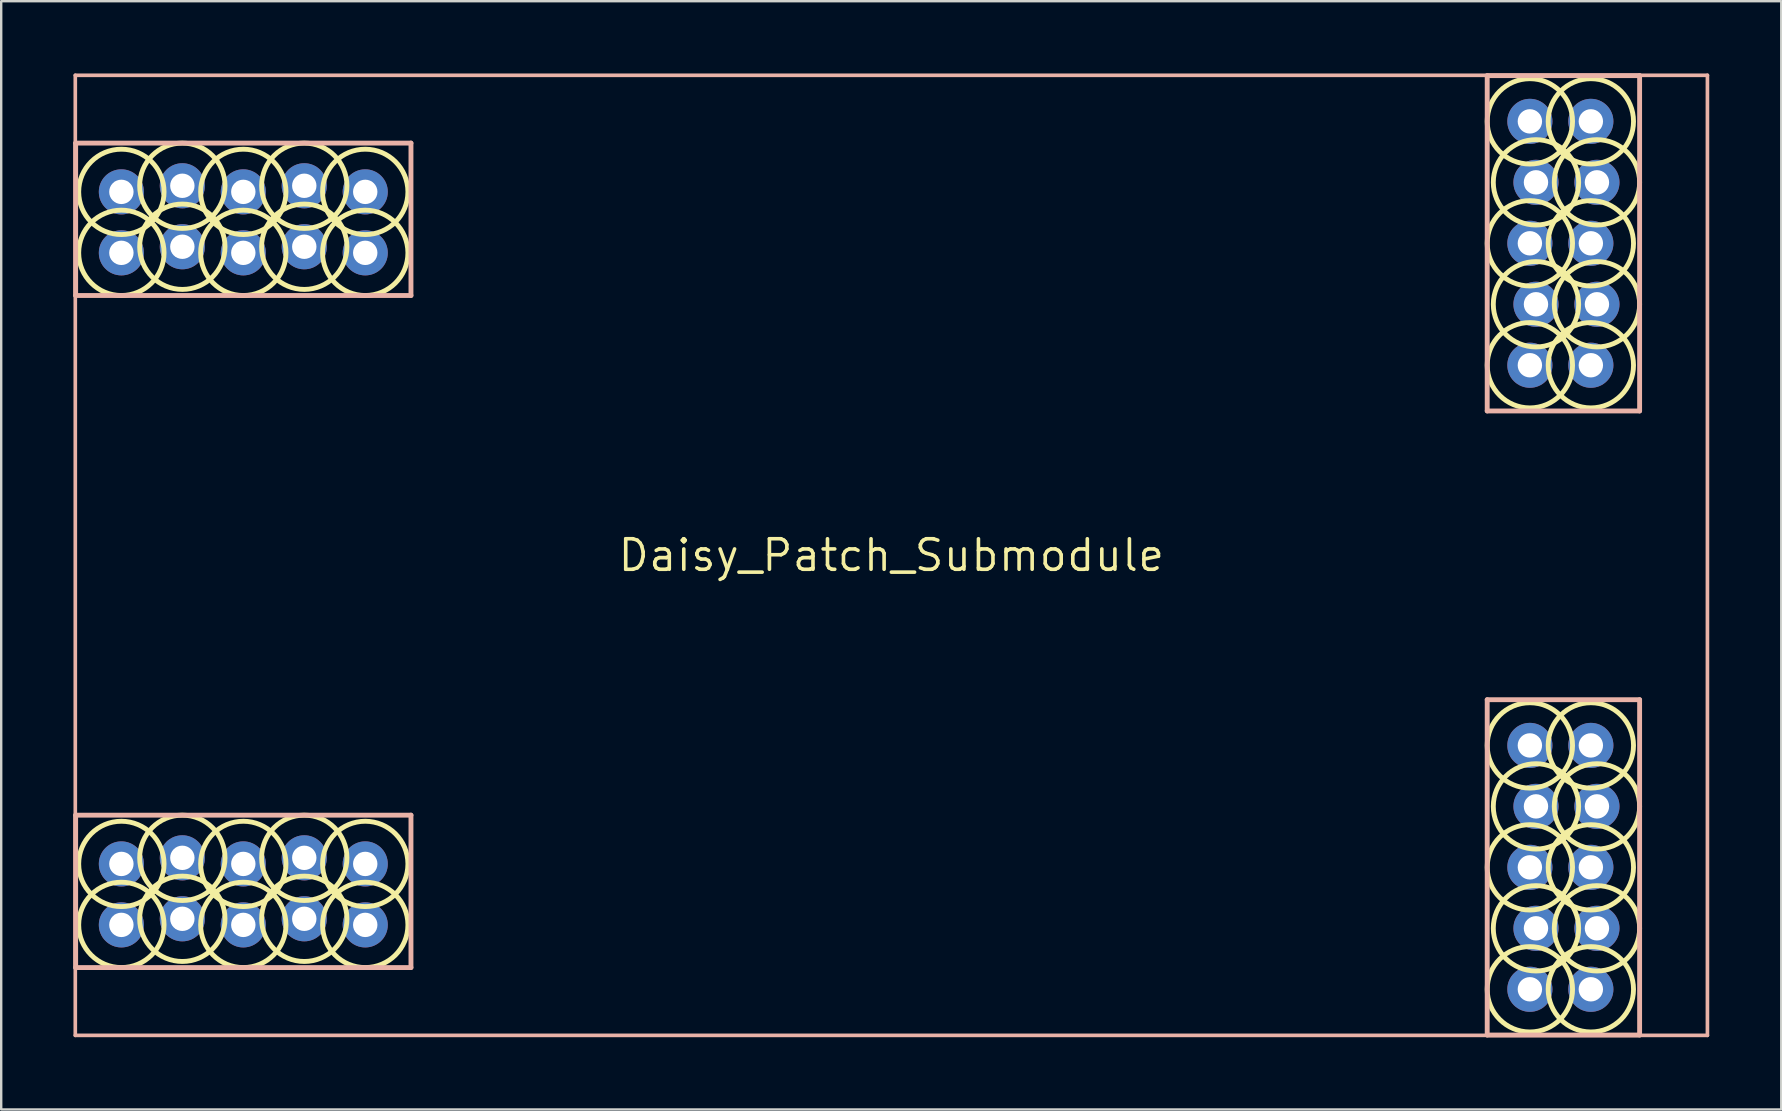
<source format=kicad_pcb>
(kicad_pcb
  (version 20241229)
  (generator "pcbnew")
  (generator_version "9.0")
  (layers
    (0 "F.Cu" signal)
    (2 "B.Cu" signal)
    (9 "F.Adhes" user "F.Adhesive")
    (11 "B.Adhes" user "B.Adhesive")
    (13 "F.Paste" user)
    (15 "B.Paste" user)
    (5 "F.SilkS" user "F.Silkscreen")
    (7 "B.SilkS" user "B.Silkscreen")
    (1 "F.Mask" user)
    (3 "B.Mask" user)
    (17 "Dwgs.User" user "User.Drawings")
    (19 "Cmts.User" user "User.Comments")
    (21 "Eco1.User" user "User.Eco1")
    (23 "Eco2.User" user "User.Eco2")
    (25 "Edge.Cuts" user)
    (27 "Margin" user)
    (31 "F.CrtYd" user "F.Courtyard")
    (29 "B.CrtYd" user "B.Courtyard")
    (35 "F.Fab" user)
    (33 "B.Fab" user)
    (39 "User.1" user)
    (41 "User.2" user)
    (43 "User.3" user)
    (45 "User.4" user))
  (footprint "Daisy_Patch_Submodule"
    (layer "F.Cu")
    (at 34.087 20.087)
    (property "Reference" "Daisy_Patch_Submodule" (at 0 0 0) (layer "F.SilkS") (effects (font (size 1.27 1.27) (thickness 0.15))))
    (attr through_hole)
    (fp_circle (center -32.08 -15.143) (end -30.302 -15.143) (stroke (width 0.203) (type solid)) (fill no) (layer "F.SilkS"))
    (fp_circle (center -32.08 -12.603) (end -30.302 -12.603) (stroke (width 0.203) (type solid)) (fill no) (layer "F.SilkS"))
    (fp_circle (center -32.08 12.857) (end -30.302 12.857) (stroke (width 0.203) (type solid)) (fill no) (layer "F.SilkS"))
    (fp_circle (center -32.08 15.397) (end -30.302 15.397) (stroke (width 0.203) (type solid)) (fill no) (layer "F.SilkS"))
    (fp_circle (center -29.54 -15.397) (end -27.762 -15.397) (stroke (width 0.203) (type solid)) (fill no) (layer "F.SilkS"))
    (fp_circle (center -29.54 -12.857) (end -27.762 -12.857) (stroke (width 0.203) (type solid)) (fill no) (layer "F.SilkS"))
    (fp_circle (center -29.54 12.603) (end -27.762 12.603) (stroke (width 0.203) (type solid)) (fill no) (layer "F.SilkS"))
    (fp_circle (center -29.54 15.143) (end -27.762 15.143) (stroke (width 0.203) (type solid)) (fill no) (layer "F.SilkS"))
    (fp_circle (center -27 -15.143) (end -25.222 -15.143) (stroke (width 0.203) (type solid)) (fill no) (layer "F.SilkS"))
    (fp_circle (center -27 -12.603) (end -25.222 -12.603) (stroke (width 0.203) (type solid)) (fill no) (layer "F.SilkS"))
    (fp_circle (center -27 12.857) (end -25.222 12.857) (stroke (width 0.203) (type solid)) (fill no) (layer "F.SilkS"))
    (fp_circle (center -27 15.397) (end -25.222 15.397) (stroke (width 0.203) (type solid)) (fill no) (layer "F.SilkS"))
    (fp_circle (center -24.46 -15.397) (end -22.682 -15.397) (stroke (width 0.203) (type solid)) (fill no) (layer "F.SilkS"))
    (fp_circle (center -24.46 -12.857) (end -22.682 -12.857) (stroke (width 0.203) (type solid)) (fill no) (layer "F.SilkS"))
    (fp_circle (center -24.46 12.603) (end -22.682 12.603) (stroke (width 0.203) (type solid)) (fill no) (layer "F.SilkS"))
    (fp_circle (center -24.46 15.143) (end -22.682 15.143) (stroke (width 0.203) (type solid)) (fill no) (layer "F.SilkS"))
    (fp_circle (center -21.92 -15.143) (end -20.142 -15.143) (stroke (width 0.203) (type solid)) (fill no) (layer "F.SilkS"))
    (fp_circle (center -21.92 -12.603) (end -20.142 -12.603) (stroke (width 0.203) (type solid)) (fill no) (layer "F.SilkS"))
    (fp_circle (center -21.92 12.857) (end -20.142 12.857) (stroke (width 0.203) (type solid)) (fill no) (layer "F.SilkS"))
    (fp_circle (center -21.92 15.397) (end -20.142 15.397) (stroke (width 0.203) (type solid)) (fill no) (layer "F.SilkS"))
    (fp_circle (center 26.603 -18.08) (end 28.381 -18.08) (stroke (width 0.203) (type solid)) (fill no) (layer "F.SilkS"))
    (fp_circle (center 26.603 -13) (end 28.381 -13) (stroke (width 0.203) (type solid)) (fill no) (layer "F.SilkS"))
    (fp_circle (center 26.603 -7.92) (end 28.381 -7.92) (stroke (width 0.203) (type solid)) (fill no) (layer "F.SilkS"))
    (fp_circle (center 26.603 7.92) (end 28.381 7.92) (stroke (width 0.203) (type solid)) (fill no) (layer "F.SilkS"))
    (fp_circle (center 26.603 13) (end 28.381 13) (stroke (width 0.203) (type solid)) (fill no) (layer "F.SilkS"))
    (fp_circle (center 26.603 18.08) (end 28.381 18.08) (stroke (width 0.203) (type solid)) (fill no) (layer "F.SilkS"))
    (fp_circle (center 26.857 -15.54) (end 28.635 -15.54) (stroke (width 0.203) (type solid)) (fill no) (layer "F.SilkS"))
    (fp_circle (center 26.857 -10.46) (end 28.635 -10.46) (stroke (width 0.203) (type solid)) (fill no) (layer "F.SilkS"))
    (fp_circle (center 26.857 10.46) (end 28.635 10.46) (stroke (width 0.203) (type solid)) (fill no) (layer "F.SilkS"))
    (fp_circle (center 26.857 15.54) (end 28.635 15.54) (stroke (width 0.203) (type solid)) (fill no) (layer "F.SilkS"))
    (fp_circle (center 29.143 -18.08) (end 30.921 -18.08) (stroke (width 0.203) (type solid)) (fill no) (layer "F.SilkS"))
    (fp_circle (center 29.143 -13) (end 30.921 -13) (stroke (width 0.203) (type solid)) (fill no) (layer "F.SilkS"))
    (fp_circle (center 29.143 -7.92) (end 30.921 -7.92) (stroke (width 0.203) (type solid)) (fill no) (layer "F.SilkS"))
    (fp_circle (center 29.143 7.92) (end 30.921 7.92) (stroke (width 0.203) (type solid)) (fill no) (layer "F.SilkS"))
    (fp_circle (center 29.143 13) (end 30.921 13) (stroke (width 0.203) (type solid)) (fill no) (layer "F.SilkS"))
    (fp_circle (center 29.143 18.08) (end 30.921 18.08) (stroke (width 0.203) (type solid)) (fill no) (layer "F.SilkS"))
    (fp_circle (center 29.397 -15.54) (end 31.175 -15.54) (stroke (width 0.203) (type solid)) (fill no) (layer "F.SilkS"))
    (fp_circle (center 29.397 -10.46) (end 31.175 -10.46) (stroke (width 0.203) (type solid)) (fill no) (layer "F.SilkS"))
    (fp_circle (center 29.397 10.46) (end 31.175 10.46) (stroke (width 0.203) (type solid)) (fill no) (layer "F.SilkS"))
    (fp_circle (center 29.397 15.54) (end 31.175 15.54) (stroke (width 0.203) (type solid)) (fill no) (layer "F.SilkS"))
    (fp_line (start -34 -20) (end 34 -20) (stroke (width 0.152) (type solid)) (layer "B.SilkS"))
    (fp_line (start -34 20) (end -34 -20) (stroke (width 0.152) (type solid)) (layer "B.SilkS"))
    (fp_line (start -34 20) (end 34 20) (stroke (width 0.152) (type solid)) (layer "B.SilkS"))
    (fp_line (start -33.985 -17.175) (end -20.015 -17.175) (stroke (width 0.203) (type solid)) (layer "B.SilkS"))
    (fp_line (start -33.985 -10.825) (end -33.985 -17.175) (stroke (width 0.203) (type solid)) (layer "B.SilkS"))
    (fp_line (start -33.985 10.825) (end -20.015 10.825) (stroke (width 0.203) (type solid)) (layer "B.SilkS"))
    (fp_line (start -33.985 17.175) (end -33.985 10.825) (stroke (width 0.203) (type solid)) (layer "B.SilkS"))
    (fp_line (start -20.015 -17.175) (end -20.015 -10.825) (stroke (width 0.203) (type solid)) (layer "B.SilkS"))
    (fp_line (start -20.015 -10.825) (end -33.985 -10.825) (stroke (width 0.203) (type solid)) (layer "B.SilkS"))
    (fp_line (start -20.015 10.825) (end -20.015 17.175) (stroke (width 0.203) (type solid)) (layer "B.SilkS"))
    (fp_line (start -20.015 17.175) (end -33.985 17.175) (stroke (width 0.203) (type solid)) (layer "B.SilkS"))
    (fp_line (start 24.825 -19.985) (end 31.175 -19.985) (stroke (width 0.203) (type solid)) (layer "B.SilkS"))
    (fp_line (start 24.825 -6.015) (end 24.825 -19.985) (stroke (width 0.203) (type solid)) (layer "B.SilkS"))
    (fp_line (start 24.825 6.015) (end 31.175 6.015) (stroke (width 0.203) (type solid)) (layer "B.SilkS"))
    (fp_line (start 24.825 19.985) (end 24.825 6.015) (stroke (width 0.203) (type solid)) (layer "B.SilkS"))
    (fp_line (start 31.175 -19.985) (end 31.175 -6.015) (stroke (width 0.203) (type solid)) (layer "B.SilkS"))
    (fp_line (start 31.175 -6.015) (end 24.825 -6.015) (stroke (width 0.203) (type solid)) (layer "B.SilkS"))
    (fp_line (start 31.175 6.015) (end 31.175 19.985) (stroke (width 0.203) (type solid)) (layer "B.SilkS"))
    (fp_line (start 31.175 19.985) (end 24.825 19.985) (stroke (width 0.203) (type solid)) (layer "B.SilkS"))
    (fp_line (start 34 20) (end 34 -20) (stroke (width 0.152) (type solid)) (layer "B.SilkS"))
    (fp_poly (pts (xy -31.826 -15.016) (xy -31.826 -15.524) (xy -32.334 -15.524) (xy -32.334 -15.016)) (stroke (width 0.1) (type solid)) (fill no) (layer "F.Fab"))
    (fp_poly (pts (xy -31.826 -12.476) (xy -31.826 -12.984) (xy -32.334 -12.984) (xy -32.334 -12.476)) (stroke (width 0.1) (type solid)) (fill no) (layer "F.Fab"))
    (fp_poly (pts (xy -31.826 12.984) (xy -31.826 12.476) (xy -32.334 12.476) (xy -32.334 12.984)) (stroke (width 0.1) (type solid)) (fill no) (layer "F.Fab"))
    (fp_poly (pts (xy -31.826 15.524) (xy -31.826 15.016) (xy -32.334 15.016) (xy -32.334 15.524)) (stroke (width 0.1) (type solid)) (fill no) (layer "F.Fab"))
    (fp_poly (pts (xy -29.286 -15.016) (xy -29.286 -15.524) (xy -29.794 -15.524) (xy -29.794 -15.016)) (stroke (width 0.1) (type solid)) (fill no) (layer "F.Fab"))
    (fp_poly (pts (xy -29.286 -12.476) (xy -29.286 -12.984) (xy -29.794 -12.984) (xy -29.794 -12.476)) (stroke (width 0.1) (type solid)) (fill no) (layer "F.Fab"))
    (fp_poly (pts (xy -29.286 12.984) (xy -29.286 12.476) (xy -29.794 12.476) (xy -29.794 12.984)) (stroke (width 0.1) (type solid)) (fill no) (layer "F.Fab"))
    (fp_poly (pts (xy -29.286 15.524) (xy -29.286 15.016) (xy -29.794 15.016) (xy -29.794 15.524)) (stroke (width 0.1) (type solid)) (fill no) (layer "F.Fab"))
    (fp_poly (pts (xy -26.746 -15.016) (xy -26.746 -15.524) (xy -27.254 -15.524) (xy -27.254 -15.016)) (stroke (width 0.1) (type solid)) (fill no) (layer "F.Fab"))
    (fp_poly (pts (xy -26.746 -12.476) (xy -26.746 -12.984) (xy -27.254 -12.984) (xy -27.254 -12.476)) (stroke (width 0.1) (type solid)) (fill no) (layer "F.Fab"))
    (fp_poly (pts (xy -26.746 12.984) (xy -26.746 12.476) (xy -27.254 12.476) (xy -27.254 12.984)) (stroke (width 0.1) (type solid)) (fill no) (layer "F.Fab"))
    (fp_poly (pts (xy -26.746 15.524) (xy -26.746 15.016) (xy -27.254 15.016) (xy -27.254 15.524)) (stroke (width 0.1) (type solid)) (fill no) (layer "F.Fab"))
    (fp_poly (pts (xy -24.206 -15.016) (xy -24.206 -15.524) (xy -24.714 -15.524) (xy -24.714 -15.016)) (stroke (width 0.1) (type solid)) (fill no) (layer "F.Fab"))
    (fp_poly (pts (xy -24.206 -12.476) (xy -24.206 -12.984) (xy -24.714 -12.984) (xy -24.714 -12.476)) (stroke (width 0.1) (type solid)) (fill no) (layer "F.Fab"))
    (fp_poly (pts (xy -24.206 12.984) (xy -24.206 12.476) (xy -24.714 12.476) (xy -24.714 12.984)) (stroke (width 0.1) (type solid)) (fill no) (layer "F.Fab"))
    (fp_poly (pts (xy -24.206 15.524) (xy -24.206 15.016) (xy -24.714 15.016) (xy -24.714 15.524)) (stroke (width 0.1) (type solid)) (fill no) (layer "F.Fab"))
    (fp_poly (pts (xy -21.666 -15.016) (xy -21.666 -15.524) (xy -22.174 -15.524) (xy -22.174 -15.016)) (stroke (width 0.1) (type solid)) (fill no) (layer "F.Fab"))
    (fp_poly (pts (xy -21.666 -12.476) (xy -21.666 -12.984) (xy -22.174 -12.984) (xy -22.174 -12.476)) (stroke (width 0.1) (type solid)) (fill no) (layer "F.Fab"))
    (fp_poly (pts (xy -21.666 12.984) (xy -21.666 12.476) (xy -22.174 12.476) (xy -22.174 12.984)) (stroke (width 0.1) (type solid)) (fill no) (layer "F.Fab"))
    (fp_poly (pts (xy -21.666 15.524) (xy -21.666 15.016) (xy -22.174 15.016) (xy -22.174 15.524)) (stroke (width 0.1) (type solid)) (fill no) (layer "F.Fab"))
    (fp_poly (pts (xy 26.476 -17.826) (xy 26.984 -17.826) (xy 26.984 -18.334) (xy 26.476 -18.334)) (stroke (width 0.1) (type solid)) (fill no) (layer "F.Fab"))
    (fp_poly (pts (xy 26.476 -15.286) (xy 26.984 -15.286) (xy 26.984 -15.794) (xy 26.476 -15.794)) (stroke (width 0.1) (type solid)) (fill no) (layer "F.Fab"))
    (fp_poly (pts (xy 26.476 -12.746) (xy 26.984 -12.746) (xy 26.984 -13.254) (xy 26.476 -13.254)) (stroke (width 0.1) (type solid)) (fill no) (layer "F.Fab"))
    (fp_poly (pts (xy 26.476 -10.206) (xy 26.984 -10.206) (xy 26.984 -10.714) (xy 26.476 -10.714)) (stroke (width 0.1) (type solid)) (fill no) (layer "F.Fab"))
    (fp_poly (pts (xy 26.476 -7.666) (xy 26.984 -7.666) (xy 26.984 -8.174) (xy 26.476 -8.174)) (stroke (width 0.1) (type solid)) (fill no) (layer "F.Fab"))
    (fp_poly (pts (xy 26.476 8.174) (xy 26.984 8.174) (xy 26.984 7.666) (xy 26.476 7.666)) (stroke (width 0.1) (type solid)) (fill no) (layer "F.Fab"))
    (fp_poly (pts (xy 26.476 10.714) (xy 26.984 10.714) (xy 26.984 10.206) (xy 26.476 10.206)) (stroke (width 0.1) (type solid)) (fill no) (layer "F.Fab"))
    (fp_poly (pts (xy 26.476 13.254) (xy 26.984 13.254) (xy 26.984 12.746) (xy 26.476 12.746)) (stroke (width 0.1) (type solid)) (fill no) (layer "F.Fab"))
    (fp_poly (pts (xy 26.476 15.794) (xy 26.984 15.794) (xy 26.984 15.286) (xy 26.476 15.286)) (stroke (width 0.1) (type solid)) (fill no) (layer "F.Fab"))
    (fp_poly (pts (xy 26.476 18.334) (xy 26.984 18.334) (xy 26.984 17.826) (xy 26.476 17.826)) (stroke (width 0.1) (type solid)) (fill no) (layer "F.Fab"))
    (fp_poly (pts (xy 29.016 -17.826) (xy 29.524 -17.826) (xy 29.524 -18.334) (xy 29.016 -18.334)) (stroke (width 0.1) (type solid)) (fill no) (layer "F.Fab"))
    (fp_poly (pts (xy 29.016 -15.286) (xy 29.524 -15.286) (xy 29.524 -15.794) (xy 29.016 -15.794)) (stroke (width 0.1) (type solid)) (fill no) (layer "F.Fab"))
    (fp_poly (pts (xy 29.016 -12.746) (xy 29.524 -12.746) (xy 29.524 -13.254) (xy 29.016 -13.254)) (stroke (width 0.1) (type solid)) (fill no) (layer "F.Fab"))
    (fp_poly (pts (xy 29.016 -10.206) (xy 29.524 -10.206) (xy 29.524 -10.714) (xy 29.016 -10.714)) (stroke (width 0.1) (type solid)) (fill no) (layer "F.Fab"))
    (fp_poly (pts (xy 29.016 -7.666) (xy 29.524 -7.666) (xy 29.524 -8.174) (xy 29.016 -8.174)) (stroke (width 0.1) (type solid)) (fill no) (layer "F.Fab"))
    (fp_poly (pts (xy 29.016 8.174) (xy 29.524 8.174) (xy 29.524 7.666) (xy 29.016 7.666)) (stroke (width 0.1) (type solid)) (fill no) (layer "F.Fab"))
    (fp_poly (pts (xy 29.016 10.714) (xy 29.524 10.714) (xy 29.524 10.206) (xy 29.016 10.206)) (stroke (width 0.1) (type solid)) (fill no) (layer "F.Fab"))
    (fp_poly (pts (xy 29.016 13.254) (xy 29.524 13.254) (xy 29.524 12.746) (xy 29.016 12.746)) (stroke (width 0.1) (type solid)) (fill no) (layer "F.Fab"))
    (fp_poly (pts (xy 29.016 15.794) (xy 29.524 15.794) (xy 29.524 15.286) (xy 29.016 15.286)) (stroke (width 0.1) (type solid)) (fill no) (layer "F.Fab"))
    (fp_poly (pts (xy 29.016 18.334) (xy 29.524 18.334) (xy 29.524 17.826) (xy 29.016 17.826)) (stroke (width 0.1) (type solid)) (fill no) (layer "F.Fab"))
    (pad "A1" thru_hole circle (at -32.08 15.397 270) (size 1.88 1.88) (drill 1.016) (layers "*.Cu" "*.Mask"))
    (pad "A2" thru_hole circle (at -29.54 15.143 270) (size 1.88 1.88) (drill 1.016) (layers "*.Cu" "*.Mask"))
    (pad "A3" thru_hole circle (at -27 15.397 270) (size 1.88 1.88) (drill 1.016) (layers "*.Cu" "*.Mask"))
    (pad "A4" thru_hole circle (at -24.46 15.143 270) (size 1.88 1.88) (drill 1.016) (layers "*.Cu" "*.Mask"))
    (pad "A5" thru_hole circle (at -21.92 15.397 270) (size 1.88 1.88) (drill 1.016) (layers "*.Cu" "*.Mask"))
    (pad "A6" thru_hole circle (at -21.92 12.857 270) (size 1.88 1.88) (drill 1.016) (layers "*.Cu" "*.Mask"))
    (pad "A7" thru_hole circle (at -24.46 12.603 270) (size 1.88 1.88) (drill 1.016) (layers "*.Cu" "*.Mask"))
    (pad "A8" thru_hole circle (at -27 12.857 270) (size 1.88 1.88) (drill 1.016) (layers "*.Cu" "*.Mask"))
    (pad "A9" thru_hole circle (at -29.54 12.603 270) (size 1.88 1.88) (drill 1.016) (layers "*.Cu" "*.Mask"))
    (pad "A10" thru_hole circle (at -32.08 12.857 270) (size 1.88 1.88) (drill 1.016) (layers "*.Cu" "*.Mask"))
    (pad "B1" thru_hole circle (at 29.143 18.08 180) (size 1.88 1.88) (drill 1.016) (layers "*.Cu" "*.Mask"))
    (pad "B2" thru_hole circle (at 29.397 15.54 180) (size 1.88 1.88) (drill 1.016) (layers "*.Cu" "*.Mask"))
    (pad "B3" thru_hole circle (at 29.143 13 180) (size 1.88 1.88) (drill 1.016) (layers "*.Cu" "*.Mask"))
    (pad "B4" thru_hole circle (at 29.397 10.46 180) (size 1.88 1.88) (drill 1.016) (layers "*.Cu" "*.Mask"))
    (pad "B5" thru_hole circle (at 29.143 7.92 180) (size 1.88 1.88) (drill 1.016) (layers "*.Cu" "*.Mask"))
    (pad "B6" thru_hole circle (at 26.603 7.92 180) (size 1.88 1.88) (drill 1.016) (layers "*.Cu" "*.Mask"))
    (pad "B7" thru_hole circle (at 26.857 10.46 180) (size 1.88 1.88) (drill 1.016) (layers "*.Cu" "*.Mask"))
    (pad "B8" thru_hole circle (at 26.603 13 180) (size 1.88 1.88) (drill 1.016) (layers "*.Cu" "*.Mask"))
    (pad "B9" thru_hole circle (at 26.857 15.54 180) (size 1.88 1.88) (drill 1.016) (layers "*.Cu" "*.Mask"))
    (pad "B10" thru_hole circle (at 26.603 18.08 180) (size 1.88 1.88) (drill 1.016) (layers "*.Cu" "*.Mask"))
    (pad "C1" thru_hole circle (at 29.143 -7.92 180) (size 1.88 1.88) (drill 1.016) (layers "*.Cu" "*.Mask"))
    (pad "C2" thru_hole circle (at 29.397 -10.46 180) (size 1.88 1.88) (drill 1.016) (layers "*.Cu" "*.Mask"))
    (pad "C3" thru_hole circle (at 29.143 -13 180) (size 1.88 1.88) (drill 1.016) (layers "*.Cu" "*.Mask"))
    (pad "C4" thru_hole circle (at 29.397 -15.54 180) (size 1.88 1.88) (drill 1.016) (layers "*.Cu" "*.Mask"))
    (pad "C5" thru_hole circle (at 29.143 -18.08 180) (size 1.88 1.88) (drill 1.016) (layers "*.Cu" "*.Mask"))
    (pad "C6" thru_hole circle (at 26.603 -18.08 180) (size 1.88 1.88) (drill 1.016) (layers "*.Cu" "*.Mask"))
    (pad "C7" thru_hole circle (at 26.857 -15.54 180) (size 1.88 1.88) (drill 1.016) (layers "*.Cu" "*.Mask"))
    (pad "C8" thru_hole circle (at 26.603 -13 180) (size 1.88 1.88) (drill 1.016) (layers "*.Cu" "*.Mask"))
    (pad "C9" thru_hole circle (at 26.857 -10.46 180) (size 1.88 1.88) (drill 1.016) (layers "*.Cu" "*.Mask"))
    (pad "C10" thru_hole circle (at 26.603 -7.92 180) (size 1.88 1.88) (drill 1.016) (layers "*.Cu" "*.Mask"))
    (pad "D1" thru_hole circle (at -32.08 -12.603 270) (size 1.88 1.88) (drill 1.016) (layers "*.Cu" "*.Mask"))
    (pad "D2" thru_hole circle (at -29.54 -12.857 270) (size 1.88 1.88) (drill 1.016) (layers "*.Cu" "*.Mask"))
    (pad "D3" thru_hole circle (at -27 -12.603 270) (size 1.88 1.88) (drill 1.016) (layers "*.Cu" "*.Mask"))
    (pad "D4" thru_hole circle (at -24.46 -12.857 270) (size 1.88 1.88) (drill 1.016) (layers "*.Cu" "*.Mask"))
    (pad "D5" thru_hole circle (at -21.92 -12.603 270) (size 1.88 1.88) (drill 1.016) (layers "*.Cu" "*.Mask"))
    (pad "D6" thru_hole circle (at -21.92 -15.143 270) (size 1.88 1.88) (drill 1.016) (layers "*.Cu" "*.Mask"))
    (pad "D7" thru_hole circle (at -24.46 -15.397 270) (size 1.88 1.88) (drill 1.016) (layers "*.Cu" "*.Mask"))
    (pad "D8" thru_hole circle (at -27 -15.143 270) (size 1.88 1.88) (drill 1.016) (layers "*.Cu" "*.Mask"))
    (pad "D9" thru_hole circle (at -29.54 -15.397 270) (size 1.88 1.88) (drill 1.016) (layers "*.Cu" "*.Mask"))
    (pad "D10" thru_hole circle (at -32.08 -15.143 270) (size 1.88 1.88) (drill 1.016) (layers "*.Cu" "*.Mask")))
  (gr_rect
    (start -3 -3)
    (end 71.163 43.173)
    (stroke (width 0.1) (type default))
    (fill no)
    (layer "Edge.Cuts")))
</source>
